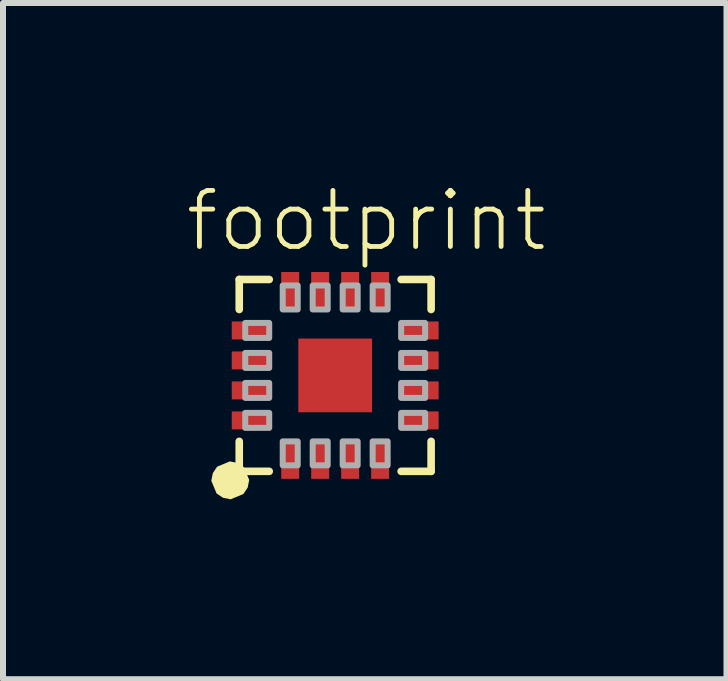
<source format=kicad_pcb>
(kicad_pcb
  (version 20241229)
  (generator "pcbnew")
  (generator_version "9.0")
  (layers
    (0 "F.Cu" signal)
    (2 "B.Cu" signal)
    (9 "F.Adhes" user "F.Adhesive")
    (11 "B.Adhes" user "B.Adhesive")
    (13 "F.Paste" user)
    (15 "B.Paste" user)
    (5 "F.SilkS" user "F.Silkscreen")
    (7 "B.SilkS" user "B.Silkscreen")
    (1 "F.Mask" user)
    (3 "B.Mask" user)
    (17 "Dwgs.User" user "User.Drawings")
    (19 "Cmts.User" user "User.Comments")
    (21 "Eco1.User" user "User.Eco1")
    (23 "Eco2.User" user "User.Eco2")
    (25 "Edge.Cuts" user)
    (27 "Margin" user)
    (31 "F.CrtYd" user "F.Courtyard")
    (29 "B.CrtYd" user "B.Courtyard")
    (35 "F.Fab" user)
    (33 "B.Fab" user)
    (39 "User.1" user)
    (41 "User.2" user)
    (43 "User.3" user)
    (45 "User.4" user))
  (footprint "footprint"
    (layer "F.Cu")
    (at 2.54 3.211)
    (property "Reference" "footprint" (at -2.54 -2.032 0) (layer "F.SilkS") (effects (font (size 0.935 0.935) (thickness 0.081)) (justify left bottom)))
    (fp_line (start -1.6 -1.6) (end -1.6 -1.1) (stroke (width 0.127) (type solid)) (layer "F.SilkS"))
    (fp_line (start -1.6 1.6) (end -1.6 1.1) (stroke (width 0.127) (type solid)) (layer "F.SilkS"))
    (fp_line (start -1.1 -1.6) (end -1.6 -1.6) (stroke (width 0.127) (type solid)) (layer "F.SilkS"))
    (fp_line (start -1.1 1.6) (end -1.6 1.6) (stroke (width 0.127) (type solid)) (layer "F.SilkS"))
    (fp_line (start 1.1 -1.6) (end 1.6 -1.6) (stroke (width 0.127) (type solid)) (layer "F.SilkS"))
    (fp_line (start 1.6 -1.6) (end 1.6 -1.1) (stroke (width 0.127) (type solid)) (layer "F.SilkS"))
    (fp_line (start 1.6 1.1) (end 1.6 1.6) (stroke (width 0.127) (type solid)) (layer "F.SilkS"))
    (fp_line (start 1.6 1.6) (end 1.1 1.6) (stroke (width 0.127) (type solid)) (layer "F.SilkS"))
    (fp_poly (pts (xy -1.63 1.459) (xy -1.522 1.531) (xy -1.434 1.743) (xy -1.459 1.87) (xy -1.531 1.978) (xy -1.743 2.066) (xy -1.87 2.041) (xy -1.978 1.969) (xy -2.066 1.757) (xy -2.041 1.63) (xy -1.969 1.522) (xy -1.757 1.434)) (stroke (width 0) (type solid)) (fill yes) (layer "F.SilkS"))
    (fp_poly (pts (xy -1.6 -0.62) (xy -1.15 -0.62) (xy -1.15 -0.88) (xy -1.6 -0.88)) (stroke (width 0) (type solid)) (fill yes) (layer "F.Paste"))
    (fp_poly (pts (xy -1.6 -0.12) (xy -1.15 -0.12) (xy -1.15 -0.38) (xy -1.6 -0.38)) (stroke (width 0) (type solid)) (fill yes) (layer "F.Paste"))
    (fp_poly (pts (xy -1.6 0.38) (xy -1.15 0.38) (xy -1.15 0.12) (xy -1.6 0.12)) (stroke (width 0) (type solid)) (fill yes) (layer "F.Paste"))
    (fp_poly (pts (xy -1.6 0.88) (xy -1.15 0.88) (xy -1.15 0.62) (xy -1.6 0.62)) (stroke (width 0) (type solid)) (fill yes) (layer "F.Paste"))
    (fp_poly (pts (xy -0.88 -1.6) (xy -0.88 -1.15) (xy -0.62 -1.15) (xy -0.62 -1.6)) (stroke (width 0) (type solid)) (fill yes) (layer "F.Paste"))
    (fp_poly (pts (xy -0.62 1.6) (xy -0.62 1.15) (xy -0.88 1.15) (xy -0.88 1.6)) (stroke (width 0) (type solid)) (fill yes) (layer "F.Paste"))
    (fp_poly (pts (xy -0.381 0.381) (xy 0.381 0.381) (xy 0.381 -0.381) (xy -0.381 -0.381)) (stroke (width 0) (type solid)) (fill yes) (layer "F.Paste"))
    (fp_poly (pts (xy -0.12 -1.15) (xy -0.12 -1.6) (xy -0.38 -1.6) (xy -0.38 -1.15)) (stroke (width 0) (type solid)) (fill yes) (layer "F.Paste"))
    (fp_poly (pts (xy -0.12 1.6) (xy -0.12 1.15) (xy -0.38 1.15) (xy -0.38 1.6)) (stroke (width 0) (type solid)) (fill yes) (layer "F.Paste"))
    (fp_poly (pts (xy 0.12 -1.6) (xy 0.12 -1.15) (xy 0.38 -1.15) (xy 0.38 -1.6)) (stroke (width 0) (type solid)) (fill yes) (layer "F.Paste"))
    (fp_poly (pts (xy 0.38 1.6) (xy 0.38 1.15) (xy 0.12 1.15) (xy 0.12 1.6)) (stroke (width 0) (type solid)) (fill yes) (layer "F.Paste"))
    (fp_poly (pts (xy 0.88 -1.15) (xy 0.88 -1.6) (xy 0.62 -1.6) (xy 0.62 -1.15)) (stroke (width 0) (type solid)) (fill yes) (layer "F.Paste"))
    (fp_poly (pts (xy 0.88 1.6) (xy 0.88 1.15) (xy 0.62 1.15) (xy 0.62 1.6)) (stroke (width 0) (type solid)) (fill yes) (layer "F.Paste"))
    (fp_poly (pts (xy 1.15 -0.62) (xy 1.6 -0.62) (xy 1.6 -0.88) (xy 1.15 -0.88)) (stroke (width 0) (type solid)) (fill yes) (layer "F.Paste"))
    (fp_poly (pts (xy 1.15 -0.12) (xy 1.6 -0.12) (xy 1.6 -0.38) (xy 1.15 -0.38)) (stroke (width 0) (type solid)) (fill yes) (layer "F.Paste"))
    (fp_poly (pts (xy 1.15 0.38) (xy 1.6 0.38) (xy 1.6 0.12) (xy 1.15 0.12)) (stroke (width 0) (type solid)) (fill yes) (layer "F.Paste"))
    (fp_poly (pts (xy 1.15 0.88) (xy 1.6 0.88) (xy 1.6 0.62) (xy 1.15 0.62)) (stroke (width 0) (type solid)) (fill yes) (layer "F.Paste"))
    (fp_poly (pts (xy -1.1 -0.875) (xy -1.5 -0.875) (xy -1.5 -0.625) (xy -1.1 -0.625)) (stroke (width 0.1) (type solid)) (fill no) (layer "F.Fab"))
    (fp_poly (pts (xy -1.1 -0.375) (xy -1.5 -0.375) (xy -1.5 -0.125) (xy -1.1 -0.125)) (stroke (width 0.1) (type solid)) (fill no) (layer "F.Fab"))
    (fp_poly (pts (xy -1.1 0.125) (xy -1.5 0.125) (xy -1.5 0.375) (xy -1.1 0.375)) (stroke (width 0.1) (type solid)) (fill no) (layer "F.Fab"))
    (fp_poly (pts (xy -1.1 0.625) (xy -1.5 0.625) (xy -1.5 0.875) (xy -1.1 0.875)) (stroke (width 0.1) (type solid)) (fill no) (layer "F.Fab"))
    (fp_poly (pts (xy -0.875 1.1) (xy -0.875 1.5) (xy -0.625 1.5) (xy -0.625 1.1)) (stroke (width 0.1) (type solid)) (fill no) (layer "F.Fab"))
    (fp_poly (pts (xy -0.625 -1.1) (xy -0.625 -1.5) (xy -0.875 -1.5) (xy -0.875 -1.1)) (stroke (width 0.1) (type solid)) (fill no) (layer "F.Fab"))
    (fp_poly (pts (xy -0.375 1.1) (xy -0.375 1.5) (xy -0.125 1.5) (xy -0.125 1.1)) (stroke (width 0.1) (type solid)) (fill no) (layer "F.Fab"))
    (fp_poly (pts (xy -0.125 -1.1) (xy -0.125 -1.5) (xy -0.375 -1.5) (xy -0.375 -1.1)) (stroke (width 0.1) (type solid)) (fill no) (layer "F.Fab"))
    (fp_poly (pts (xy 0.125 1.1) (xy 0.125 1.5) (xy 0.375 1.5) (xy 0.375 1.1)) (stroke (width 0.1) (type solid)) (fill no) (layer "F.Fab"))
    (fp_poly (pts (xy 0.375 -1.1) (xy 0.375 -1.5) (xy 0.125 -1.5) (xy 0.125 -1.1)) (stroke (width 0.1) (type solid)) (fill no) (layer "F.Fab"))
    (fp_poly (pts (xy 0.625 1.1) (xy 0.625 1.5) (xy 0.875 1.5) (xy 0.875 1.1)) (stroke (width 0.1) (type solid)) (fill no) (layer "F.Fab"))
    (fp_poly (pts (xy 0.875 -1.1) (xy 0.875 -1.5) (xy 0.625 -1.5) (xy 0.625 -1.1)) (stroke (width 0.1) (type solid)) (fill no) (layer "F.Fab"))
    (fp_poly (pts (xy 1.1 -0.625) (xy 1.5 -0.625) (xy 1.5 -0.875) (xy 1.1 -0.875)) (stroke (width 0.1) (type solid)) (fill no) (layer "F.Fab"))
    (fp_poly (pts (xy 1.1 -0.125) (xy 1.5 -0.125) (xy 1.5 -0.375) (xy 1.1 -0.375)) (stroke (width 0.1) (type solid)) (fill no) (layer "F.Fab"))
    (fp_poly (pts (xy 1.1 0.375) (xy 1.5 0.375) (xy 1.5 0.125) (xy 1.1 0.125)) (stroke (width 0.1) (type solid)) (fill no) (layer "F.Fab"))
    (fp_poly (pts (xy 1.1 0.875) (xy 1.5 0.875) (xy 1.5 0.625) (xy 1.1 0.625)) (stroke (width 0.1) (type solid)) (fill no) (layer "F.Fab"))
    (pad "P$1" smd rect (at -0.75 1.4 90) (size 0.65 0.3) (layers "F.Cu" "F.Mask"))
    (pad "P$2" smd rect (at -0.25 1.4 90) (size 0.65 0.3) (layers "F.Cu" "F.Mask"))
    (pad "P$3" smd rect (at 0.25 1.4 90) (size 0.65 0.3) (layers "F.Cu" "F.Mask"))
    (pad "P$4" smd rect (at 0.75 1.4 90) (size 0.65 0.3) (layers "F.Cu" "F.Mask"))
    (pad "P$5" smd rect (at 1.4 0.75) (size 0.65 0.3) (layers "F.Cu" "F.Mask"))
    (pad "P$6" smd rect (at 1.4 0.25) (size 0.65 0.3) (layers "F.Cu" "F.Mask"))
    (pad "P$7" smd rect (at 1.4 -0.25) (size 0.65 0.3) (layers "F.Cu" "F.Mask"))
    (pad "P$8" smd rect (at 1.4 -0.75) (size 0.65 0.3) (layers "F.Cu" "F.Mask"))
    (pad "P$9" smd rect (at 0.75 -1.4 90) (size 0.65 0.3) (layers "F.Cu" "F.Mask"))
    (pad "P$10" smd rect (at 0.25 -1.4 90) (size 0.65 0.3) (layers "F.Cu" "F.Mask"))
    (pad "P$11" smd rect (at -0.25 -1.4 90) (size 0.65 0.3) (layers "F.Cu" "F.Mask"))
    (pad "P$12" smd rect (at -0.75 -1.4 90) (size 0.65 0.3) (layers "F.Cu" "F.Mask"))
    (pad "P$13" smd rect (at -1.4 -0.75) (size 0.65 0.3) (layers "F.Cu" "F.Mask"))
    (pad "P$14" smd rect (at -1.4 -0.25) (size 0.65 0.3) (layers "F.Cu" "F.Mask"))
    (pad "P$15" smd rect (at -1.4 0.25) (size 0.65 0.3) (layers "F.Cu" "F.Mask"))
    (pad "P$16" smd rect (at -1.4 0.75) (size 0.65 0.3) (layers "F.Cu" "F.Mask"))
    (pad "P$EP" smd rect (at 0 0) (size 1.23 1.23) (layers "F.Cu" "F.Mask")))
  (gr_rect
    (start -3 -3)
    (end 9.066 8.277)
    (stroke (width 0.1) (type default))
    (fill no)
    (layer "Edge.Cuts")))
</source>
